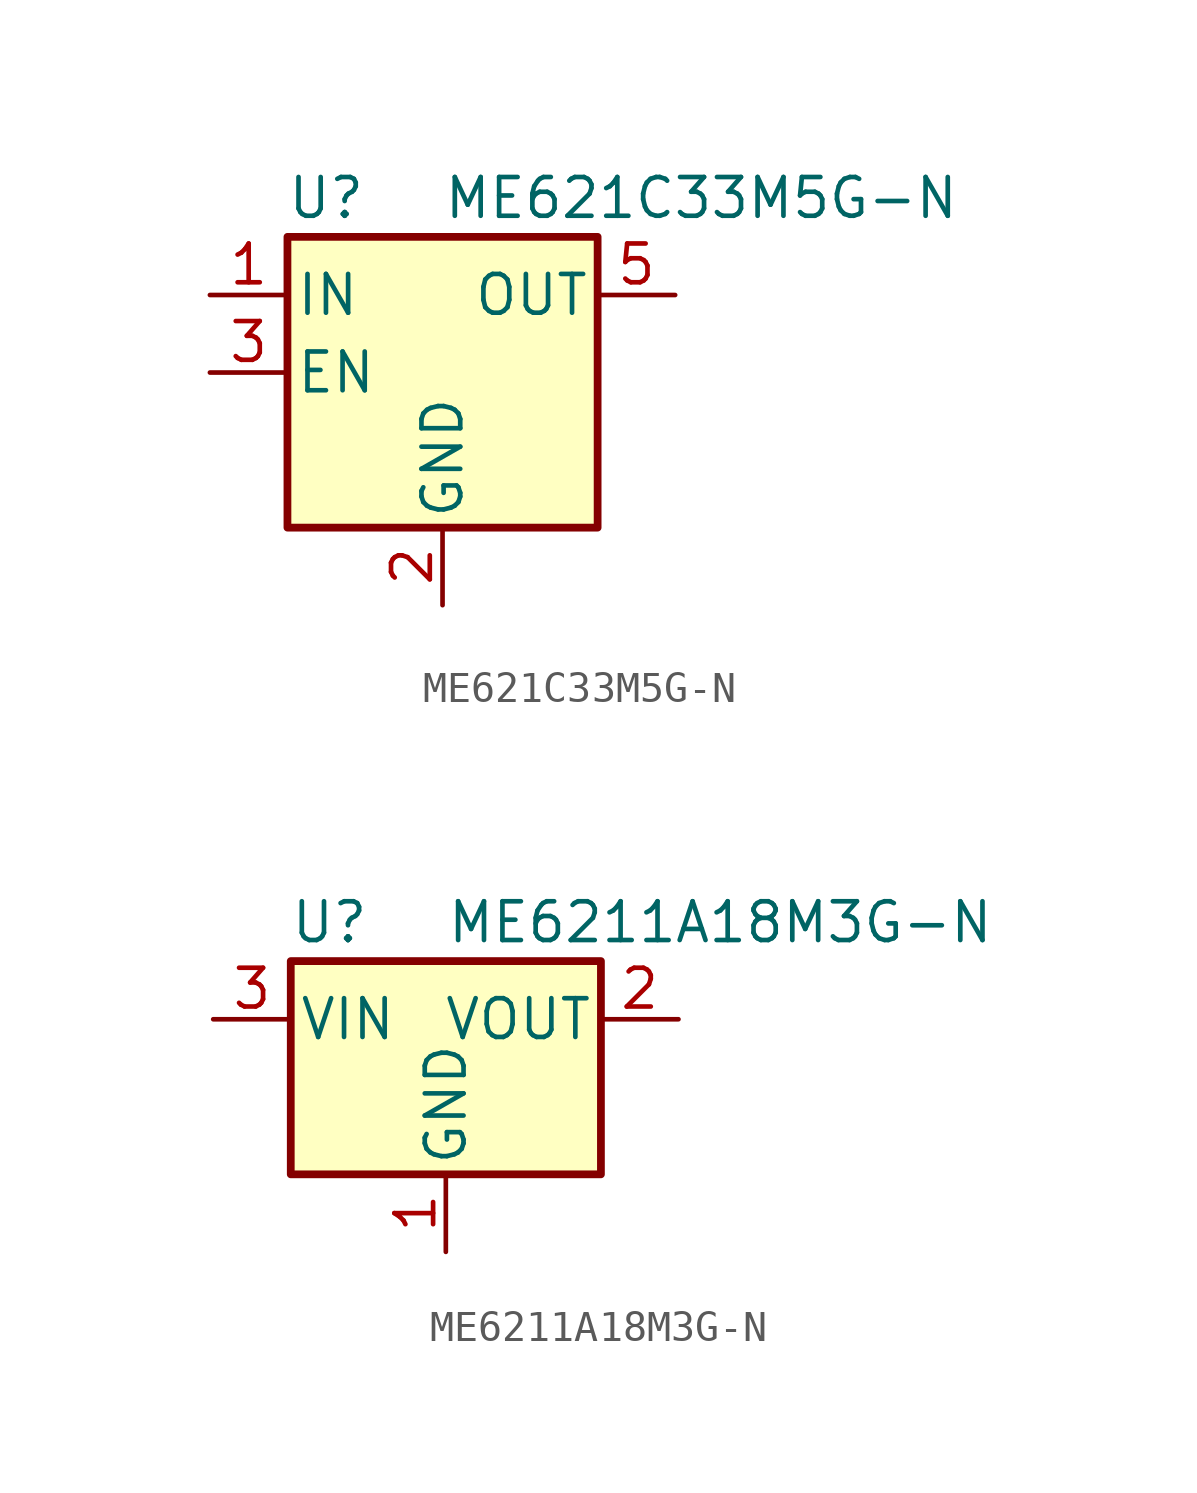
<source format=kicad_sym>
(kicad_symbol_lib
  (version 20220914)
  (generator kicad_symbol_editor)
  (symbol "ME621C33M5G-N"
    (pin_names
      (offset 0.254))
    (property "Reference" "U"
      (at -3.81 5.715 0)
      (effects (font (size 1.27 1.27))))
    (property "Value" "ME621C33M5G-N"
      (at 0 5.715 0)
      (effects (font (size 1.27 1.27)) (justify left)))
    (symbol "ME621C33M5G-N_0_1"
      (rectangle (start -5.08 4.445) (end 5.08 -5.08) (stroke (width 0.254) (type default) (color 0 0 0 0)) (fill (type background))))
    (symbol "ME621C33M5G-N_1_1"
      (pin power_in line (at -7.62 2.54 0) (length 2.54) (name "IN" (effects (font (size 1.27 1.27)))) (number "1" (effects (font (size 1.27 1.27)))))
      (pin power_in line (at 0 -7.62 90) (length 2.54) (name "GND" (effects (font (size 1.27 1.27)))) (number "2" (effects (font (size 1.27 1.27)))))
      (pin input line (at -7.62 0 0) (length 2.54) (name "EN" (effects (font (size 1.27 1.27)))) (number "3" (effects (font (size 1.27 1.27)))))
      (pin no_connect line (at 5.08 0 180) (length 2.54) hide (name "NC" (effects (font (size 1.27 1.27)))) (number "4" (effects (font (size 1.27 1.27)))))
      (pin power_out line (at 7.62 2.54 180) (length 2.54) (name "OUT" (effects (font (size 1.27 1.27)))) (number "5" (effects (font (size 1.27 1.27)))))))
  (symbol "ME6211A18M3G-N"
    (pin_names
      (offset 0.254))
    (property "Reference" "U"
      (at -3.81 3.175 0)
      (effects (font (size 1.27 1.27))))
    (property "Value" "ME6211A18M3G-N"
      (at 0 3.175 0)
      (effects (font (size 1.27 1.27)) (justify left)))
    (symbol "ME6211A18M3G-N_0_1"
      (rectangle (start -5.08 -5.08) (end 5.08 1.905) (stroke (width 0.254) (type default) (color 0 0 0 0)) (fill (type background))))
    (symbol "ME6211A18M3G-N_1_1"
      (pin power_in line (at 0 -7.62 90) (length 2.54) (name "GND" (effects (font (size 1.27 1.27)))) (number "1" (effects (font (size 1.27 1.27)))))
      (pin power_out line (at 7.62 0 180) (length 2.54) (name "VOUT" (effects (font (size 1.27 1.27)))) (number "2" (effects (font (size 1.27 1.27)))))
      (pin power_in line (at -7.62 0 0) (length 2.54) (name "VIN" (effects (font (size 1.27 1.27)))) (number "3" (effects (font (size 1.27 1.27))))))))
</source>
